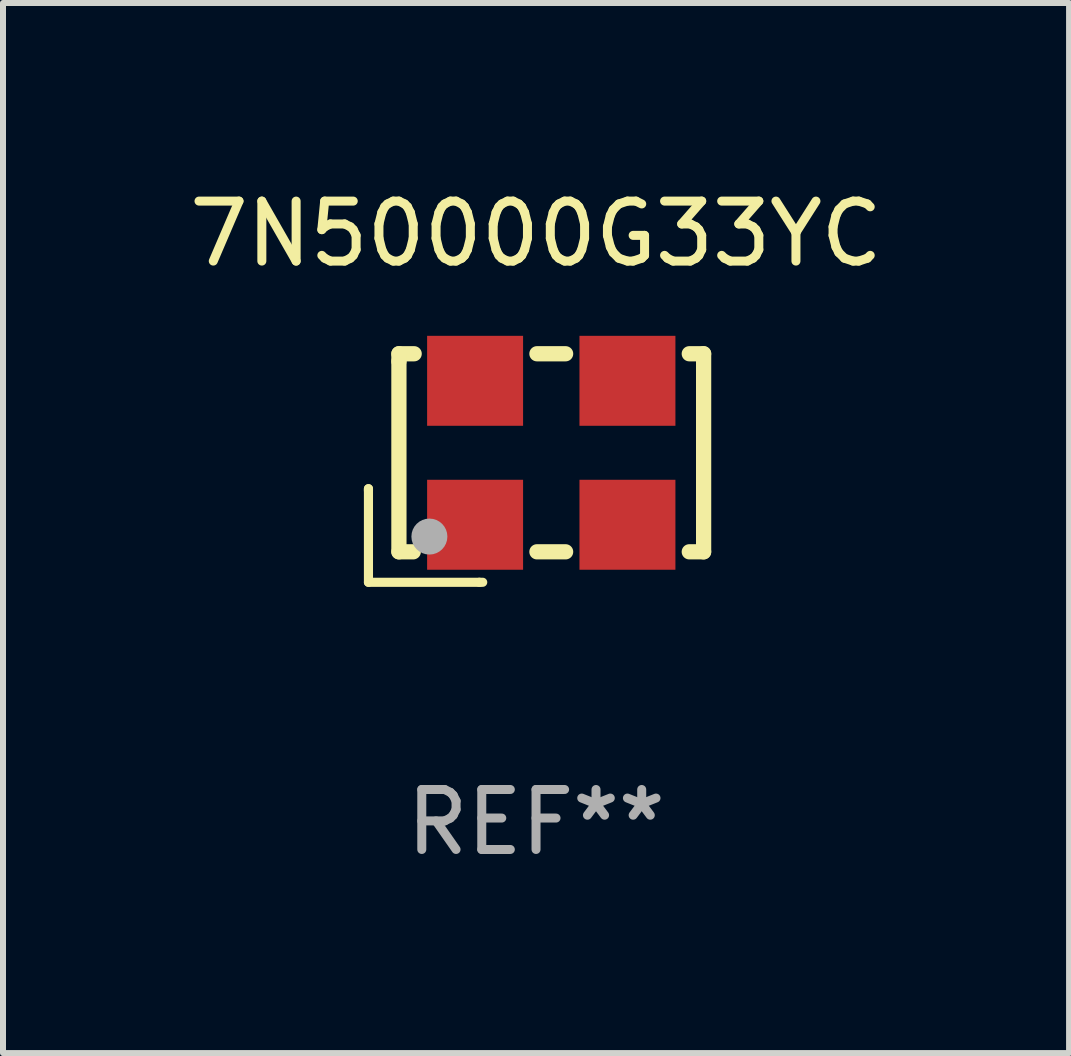
<source format=kicad_pcb>
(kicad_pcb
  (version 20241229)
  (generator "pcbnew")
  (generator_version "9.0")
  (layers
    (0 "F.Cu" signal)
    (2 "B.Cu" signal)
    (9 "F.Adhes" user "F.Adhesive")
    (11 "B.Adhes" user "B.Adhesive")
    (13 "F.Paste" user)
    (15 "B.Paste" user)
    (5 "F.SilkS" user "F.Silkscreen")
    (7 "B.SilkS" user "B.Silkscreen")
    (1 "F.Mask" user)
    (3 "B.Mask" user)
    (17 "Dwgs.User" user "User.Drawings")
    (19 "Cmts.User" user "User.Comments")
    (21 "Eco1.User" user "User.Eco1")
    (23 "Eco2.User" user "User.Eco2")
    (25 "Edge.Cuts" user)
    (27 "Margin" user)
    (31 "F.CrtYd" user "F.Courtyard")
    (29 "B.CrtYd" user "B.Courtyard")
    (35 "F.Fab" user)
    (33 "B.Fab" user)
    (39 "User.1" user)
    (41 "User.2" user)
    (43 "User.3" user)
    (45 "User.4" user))
  (footprint "7N50000G33YC"
    (layer "F.Cu")
    (at 5.887 4.753)
    (property "Reference" "7N50000G33YC" (at 0 -3.905 0) (layer "F.SilkS") (effects (font (size 1 1) (thickness 0.15))))
    (attr through_hole)
    (fp_line (start -2.794 0.345) (end -2.794 1.905) (stroke (width 0.152) (type solid)) (layer "F.SilkS"))
    (fp_line (start -2.794 0.381) (end -2.794 0.345) (stroke (width 0.152) (type solid)) (layer "F.SilkS"))
    (fp_line (start -2.794 1.905) (end -0.945 1.905) (stroke (width 0.152) (type solid)) (layer "F.SilkS"))
    (fp_line (start -2.286 -1.905) (end -2.032 -1.905) (stroke (width 0.254) (type solid)) (layer "F.SilkS"))
    (fp_line (start -2.286 -1.778) (end -2.286 -1.905) (stroke (width 0.254) (type solid)) (layer "F.SilkS"))
    (fp_line (start -2.286 1.397) (end -2.286 -1.778) (stroke (width 0.254) (type solid)) (layer "F.SilkS"))
    (fp_line (start -2.047 1.397) (end -2.286 1.397) (stroke (width 0.254) (type solid)) (layer "F.SilkS"))
    (fp_line (start -0.945 1.905) (end -0.889 1.905) (stroke (width 0.152) (type solid)) (layer "F.SilkS"))
    (fp_line (start 0.015 -1.905) (end 0.493 -1.905) (stroke (width 0.254) (type solid)) (layer "F.SilkS"))
    (fp_line (start 0.493 1.397) (end 0.015 1.397) (stroke (width 0.254) (type solid)) (layer "F.SilkS"))
    (fp_line (start 2.555 -1.905) (end 2.794 -1.905) (stroke (width 0.254) (type solid)) (layer "F.SilkS"))
    (fp_line (start 2.794 -1.905) (end 2.794 1.397) (stroke (width 0.254) (type solid)) (layer "F.SilkS"))
    (fp_line (start 2.794 1.397) (end 2.555 1.397) (stroke (width 0.254) (type solid)) (layer "F.SilkS"))
    (fp_circle (center -2.246 1.346) (end -2.216 1.346) (stroke (width 0.06) (type solid)) (fill no) (layer "F.SilkS"))
    (fp_circle (center -1.778 1.143) (end -1.628 1.143) (stroke (width 0.3) (type solid)) (fill no) (layer "F.Fab"))
    (fp_text user "REF**" (at 0 5.905 0) (layer "F.Fab") (effects (font (size 1 1) (thickness 0.15))))
    (pad "1" smd rect (at -1.016 0.946) (size 1.6 1.5) (layers "F.Cu" "F.Mask" "F.Paste"))
    (pad "2" smd rect (at 1.524 0.946) (size 1.6 1.5) (layers "F.Cu" "F.Mask" "F.Paste"))
    (pad "3" smd rect (at 1.524 -1.454) (size 1.6 1.5) (layers "F.Cu" "F.Mask" "F.Paste"))
    (pad "4" smd rect (at -1.016 -1.454) (size 1.6 1.5) (layers "F.Cu" "F.Mask" "F.Paste")))
  (gr_rect
    (start -3 -3)
    (end 14.774 14.507)
    (stroke (width 0.1) (type default))
    (fill no)
    (layer "Edge.Cuts")))
</source>
